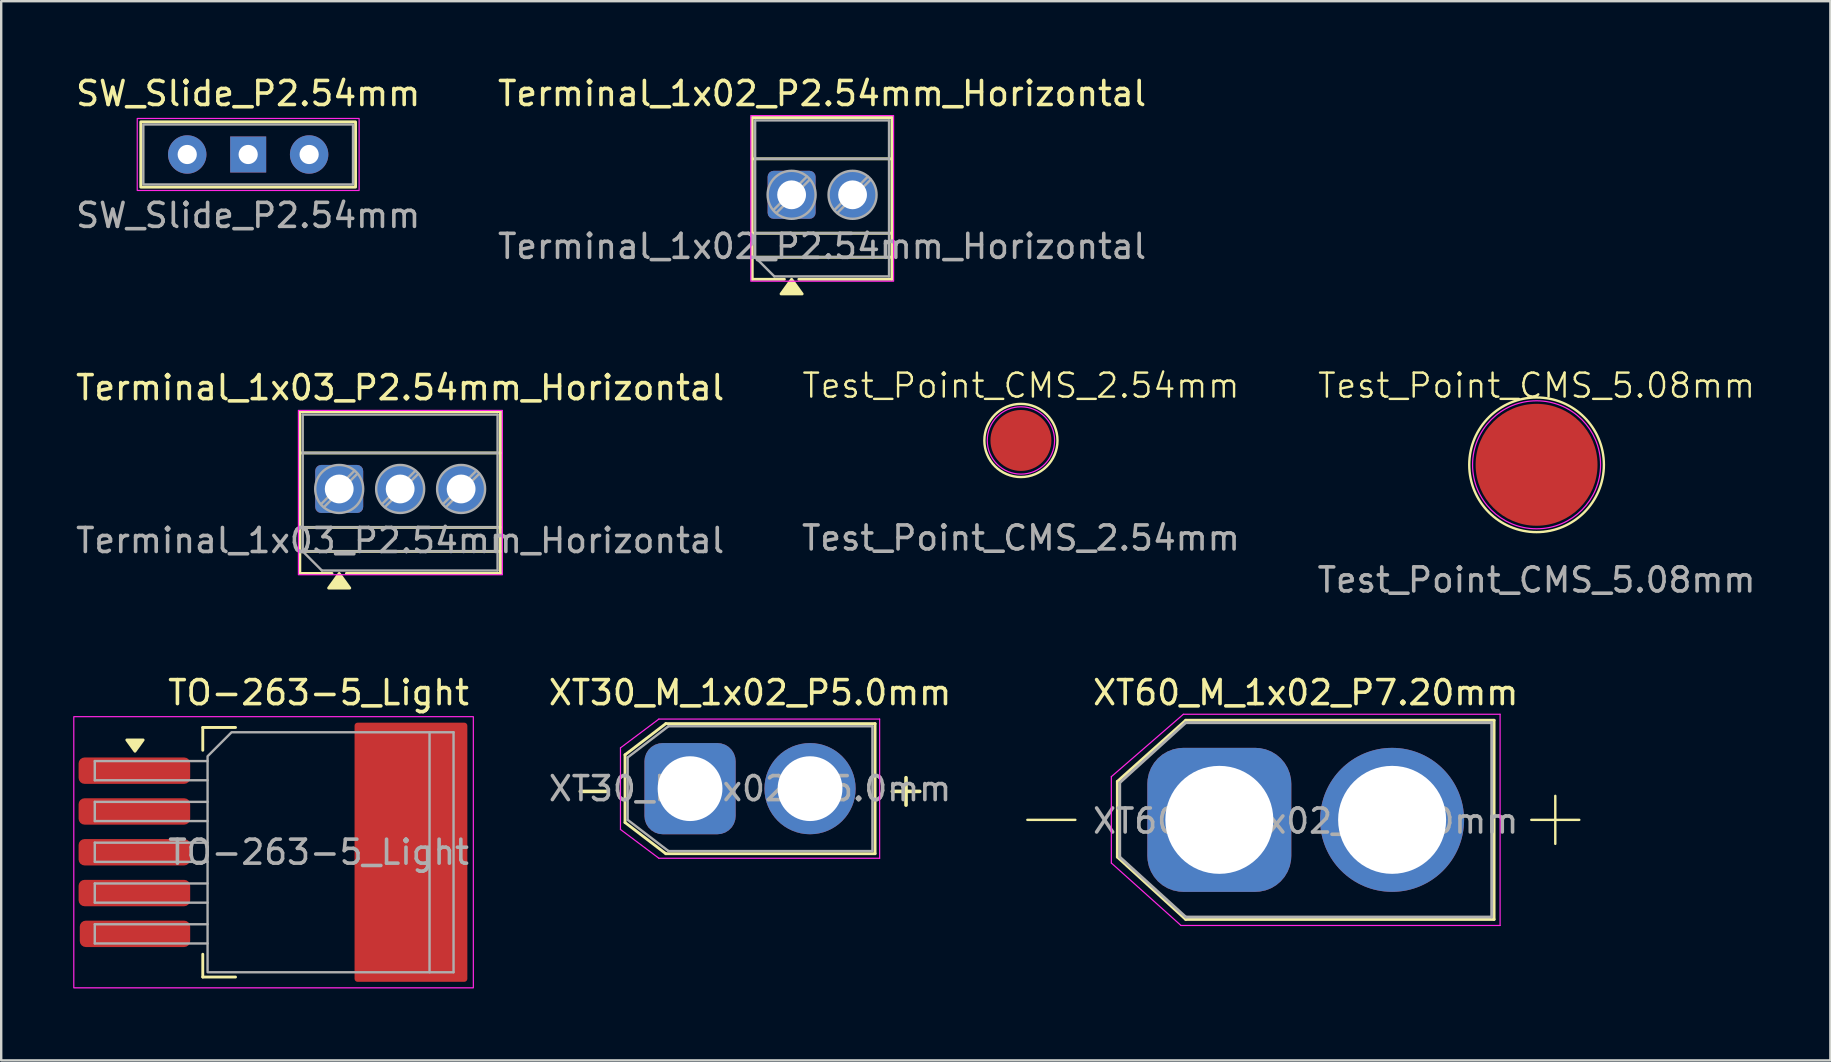
<source format=kicad_pcb>
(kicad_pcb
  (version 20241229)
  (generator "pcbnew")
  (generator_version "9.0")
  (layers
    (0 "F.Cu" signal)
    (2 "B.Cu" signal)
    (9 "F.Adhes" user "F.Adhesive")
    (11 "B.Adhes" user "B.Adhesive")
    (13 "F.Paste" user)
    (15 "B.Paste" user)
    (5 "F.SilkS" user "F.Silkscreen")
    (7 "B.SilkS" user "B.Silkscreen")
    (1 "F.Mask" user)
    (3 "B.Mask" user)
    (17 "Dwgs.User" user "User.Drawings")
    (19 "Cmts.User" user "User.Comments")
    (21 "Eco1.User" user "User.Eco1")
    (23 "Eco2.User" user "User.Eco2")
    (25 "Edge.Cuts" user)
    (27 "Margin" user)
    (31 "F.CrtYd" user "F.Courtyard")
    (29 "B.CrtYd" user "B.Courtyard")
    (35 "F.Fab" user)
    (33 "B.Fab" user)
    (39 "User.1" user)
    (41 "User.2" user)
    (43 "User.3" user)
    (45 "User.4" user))
  (footprint "TO-263-5_Light"
    (layer "F.Cu")
    (at 10.225 32.465)
    (property "Reference" "TO-263-5_Light" (at 0 -6.65 0) (layer "F.SilkS") (effects (font (size 1 1) (thickness 0.15))))
    (attr smd)
    (fp_line (start -4.825 -5.2) (end -4.825 -4.25) (stroke (width 0.12) (type solid)) (layer "F.SilkS"))
    (fp_line (start -4.825 5.2) (end -4.825 4.25) (stroke (width 0.12) (type solid)) (layer "F.SilkS"))
    (fp_line (start -3.46 -5.2) (end -4.825 -5.2) (stroke (width 0.12) (type solid)) (layer "F.SilkS"))
    (fp_line (start -3.46 5.2) (end -4.825 5.2) (stroke (width 0.12) (type solid)) (layer "F.SilkS"))
    (fp_poly (pts (xy -7.65 -4.21) (xy -7.99 -4.68) (xy -7.31 -4.68)) (stroke (width 0.12) (type solid)) (fill yes) (layer "F.SilkS"))
    (fp_rect (start -10.2 -5.65) (end 6.45 5.65) (stroke (width 0.05) (type solid)) (fill no) (layer "F.CrtYd"))
    (fp_line (start -9.325 -3.8) (end -9.325 -3) (stroke (width 0.1) (type solid)) (layer "F.Fab"))
    (fp_line (start -9.325 -3) (end -4.625 -3) (stroke (width 0.1) (type solid)) (layer "F.Fab"))
    (fp_line (start -9.325 -2.1) (end -9.325 -1.3) (stroke (width 0.1) (type solid)) (layer "F.Fab"))
    (fp_line (start -9.325 -1.3) (end -4.625 -1.3) (stroke (width 0.1) (type solid)) (layer "F.Fab"))
    (fp_line (start -9.325 -0.4) (end -9.325 0.4) (stroke (width 0.1) (type solid)) (layer "F.Fab"))
    (fp_line (start -9.325 0.4) (end -4.625 0.4) (stroke (width 0.1) (type solid)) (layer "F.Fab"))
    (fp_line (start -9.325 1.3) (end -9.325 2.1) (stroke (width 0.1) (type solid)) (layer "F.Fab"))
    (fp_line (start -9.325 2.1) (end -4.625 2.1) (stroke (width 0.1) (type solid)) (layer "F.Fab"))
    (fp_line (start -9.325 3) (end -9.325 3.8) (stroke (width 0.1) (type solid)) (layer "F.Fab"))
    (fp_line (start -9.325 3.8) (end -4.625 3.8) (stroke (width 0.1) (type solid)) (layer "F.Fab"))
    (fp_line (start -4.625 -3.8) (end -9.325 -3.8) (stroke (width 0.1) (type solid)) (layer "F.Fab"))
    (fp_line (start -4.625 -2.1) (end -9.325 -2.1) (stroke (width 0.1) (type solid)) (layer "F.Fab"))
    (fp_line (start -4.625 -0.4) (end -9.325 -0.4) (stroke (width 0.1) (type solid)) (layer "F.Fab"))
    (fp_line (start -4.625 1.3) (end -9.325 1.3) (stroke (width 0.1) (type solid)) (layer "F.Fab"))
    (fp_line (start -4.625 3) (end -9.325 3) (stroke (width 0.1) (type solid)) (layer "F.Fab"))
    (fp_line (start 4.625 -5) (end 5.625 -5) (stroke (width 0.1) (type solid)) (layer "F.Fab"))
    (fp_line (start 5.625 -5) (end 5.625 5) (stroke (width 0.1) (type solid)) (layer "F.Fab"))
    (fp_line (start 5.625 5) (end 4.625 5) (stroke (width 0.1) (type solid)) (layer "F.Fab"))
    (fp_poly (pts (xy 4.625 -5) (xy 4.625 5) (xy -4.625 5) (xy -4.625 -4) (xy -3.625 -5)) (stroke (width 0.1) (type solid)) (fill no) (layer "F.Fab"))
    (fp_text user "${REFERENCE}" (at 0 0 0) (layer "F.Fab") (effects (font (size 1 1) (thickness 0.15))))
    (pad "" smd roundrect (at 3.85 -2.775) (size 4.7 5.25) (layers "F.Paste") (roundrect_rratio 0.055))
    (pad "" smd roundrect (at 3.85 2.775) (size 4.7 5.25) (layers "F.Paste") (roundrect_rratio 0.055))
    (pad "1" smd roundrect (at -7.675 -3.4) (size 4.65 1.1) (layers "F.Cu" "F.Mask" "F.Paste") (roundrect_rratio 0.227))
    (pad "2" smd roundrect (at -7.675 -1.7) (size 4.65 1.1) (layers "F.Cu" "F.Mask" "F.Paste") (roundrect_rratio 0.227))
    (pad "3" smd roundrect (at -7.675 0) (size 4.65 1.1) (layers "F.Cu" "F.Mask" "F.Paste") (roundrect_rratio 0.227))
    (pad "3" smd roundrect (at 3.85 0) (size 4.7 10.8) (layers "F.Cu" "F.Mask") (roundrect_rratio 0.027))
    (pad "4" smd roundrect (at -7.675 1.7) (size 4.65 1.1) (layers "F.Cu" "F.Mask" "F.Paste") (roundrect_rratio 0.227))
    (pad "5" smd roundrect (at -7.65 3.4) (size 4.6 1.1) (layers "F.Cu" "F.Mask" "F.Paste") (roundrect_rratio 0.227)))
  (footprint "Terminal_1x02_P2.54mm_Horizontal"
    (layer "F.Cu")
    (at 29.938 5.068)
    (property "Reference" "Terminal_1x02_P2.54mm_Horizontal" (at 1.27 -4.22 0) (layer "F.SilkS") (effects (font (size 1 1) (thickness 0.15))))
    (attr through_hole)
    (fp_line (start -1.64 -3.22) (end -1.64 3.52) (stroke (width 0.12) (type solid)) (layer "F.SilkS"))
    (fp_line (start -1.64 -3.22) (end 4.18 -3.22) (stroke (width 0.12) (type solid)) (layer "F.SilkS"))
    (fp_line (start -1.64 -1.5) (end 4.18 -1.5) (stroke (width 0.12) (type solid)) (layer "F.SilkS"))
    (fp_line (start -1.64 1.6) (end 4.18 1.6) (stroke (width 0.12) (type solid)) (layer "F.SilkS"))
    (fp_line (start -1.64 2.6) (end 4.18 2.6) (stroke (width 0.12) (type solid)) (layer "F.SilkS"))
    (fp_line (start -1.64 3.52) (end -0.3 3.52) (stroke (width 0.12) (type solid)) (layer "F.SilkS"))
    (fp_line (start 0.3 3.52) (end 4.18 3.52) (stroke (width 0.12) (type solid)) (layer "F.SilkS"))
    (fp_line (start 4.18 -3.22) (end 4.18 3.52) (stroke (width 0.12) (type solid)) (layer "F.SilkS"))
    (fp_poly (pts (xy 0 3.52) (xy 0.44 4.13) (xy -0.44 4.13)) (stroke (width 0.12) (type solid)) (fill yes) (layer "F.SilkS"))
    (fp_rect (start -1.7 -3.3) (end 4.25 3.6) (stroke (width 0.05) (type default)) (fill no) (layer "F.CrtYd"))
    (fp_line (start -1.52 -3.1) (end 4.06 -3.1) (stroke (width 0.1) (type solid)) (layer "F.Fab"))
    (fp_line (start -1.52 -1.5) (end 4.06 -1.5) (stroke (width 0.1) (type solid)) (layer "F.Fab"))
    (fp_line (start -1.52 1.6) (end 4.06 1.6) (stroke (width 0.1) (type solid)) (layer "F.Fab"))
    (fp_line (start -1.52 2.6) (end -1.52 -3.1) (stroke (width 0.1) (type solid)) (layer "F.Fab"))
    (fp_line (start -1.52 2.6) (end 4.06 2.6) (stroke (width 0.1) (type solid)) (layer "F.Fab"))
    (fp_line (start -0.72 3.4) (end -1.52 2.6) (stroke (width 0.1) (type solid)) (layer "F.Fab"))
    (fp_line (start 0.636 -0.758) (end -0.758 0.636) (stroke (width 0.1) (type solid)) (layer "F.Fab"))
    (fp_line (start 0.758 -0.636) (end -0.636 0.758) (stroke (width 0.1) (type solid)) (layer "F.Fab"))
    (fp_line (start 3.176 -0.758) (end 1.782 0.636) (stroke (width 0.1) (type solid)) (layer "F.Fab"))
    (fp_line (start 3.298 -0.636) (end 1.904 0.758) (stroke (width 0.1) (type solid)) (layer "F.Fab"))
    (fp_line (start 4.06 -3.1) (end 4.06 3.4) (stroke (width 0.1) (type solid)) (layer "F.Fab"))
    (fp_line (start 4.06 3.4) (end -0.72 3.4) (stroke (width 0.1) (type solid)) (layer "F.Fab"))
    (fp_circle (center 0 0) (end 1 0) (stroke (width 0.1) (type solid)) (fill no) (layer "F.Fab"))
    (fp_circle (center 2.54 0) (end 3.54 0) (stroke (width 0.1) (type solid)) (fill no) (layer "F.Fab"))
    (fp_text user "${REFERENCE}" (at 1.27 2.15 0) (layer "F.Fab") (effects (font (size 1 1) (thickness 0.15))))
    (pad "1" thru_hole roundrect (at 0 0) (size 2 2) (drill 1.2) (layers "*.Cu" "*.Mask") (roundrect_rratio 0.125))
    (pad "2" thru_hole circle (at 2.54 0) (size 2 2) (drill 1.2) (layers "*.Cu" "*.Mask")))
  (footprint "Test_Point_CMS_5.08mm"
    (layer "F.Cu")
    (at 60.982 16.319)
    (property "Reference" "Test_Point_CMS_5.08mm" (at 0 -3.3 0) (unlocked yes) (layer "F.SilkS") (effects (font (size 1 1) (thickness 0.1))))
    (attr through_hole)
    (fp_circle (center 0 0) (end 2.794 -0.254) (stroke (width 0.1) (type default)) (fill no) (layer "F.SilkS"))
    (fp_circle (center 0 0) (end 2.667 0) (stroke (width 0.05) (type default)) (fill no) (layer "F.CrtYd"))
    (fp_text user "${REFERENCE}" (at 0 4.8 0) (unlocked yes) (layer "F.Fab") (effects (font (size 1 1) (thickness 0.15))))
    (pad "1" smd circle (at 0 0) (size 5.08 5.08) (layers "F.Cu" "F.Mask" "F.Paste")))
  (footprint "SW_Slide_P2.54mm"
    (layer "F.Cu")
    (at 7.292 3.388)
    (property "Reference" "SW_Slide_P2.54mm" (at 0 -2.54 0) (layer "F.SilkS") (effects (font (size 1 1) (thickness 0.15))))
    (attr through_hole)
    (fp_rect (start -4.475 -1.36) (end 4.475 1.36) (stroke (width 0.12) (type default)) (fill no) (layer "F.SilkS"))
    (fp_rect (start -4.623 -1.5) (end 4.623 1.5) (stroke (width 0.05) (type default)) (fill no) (layer "F.CrtYd"))
    (fp_rect (start -4.369 -1.25) (end 4.369 1.25) (stroke (width 0.1) (type default)) (fill no) (layer "F.Fab"))
    (fp_text user "${REFERENCE}" (at 0 2.54 0) (layer "F.Fab") (effects (font (size 1 1) (thickness 0.15))))
    (pad "1" thru_hole rect (at 0 0) (size 1.5 1.5) (drill 0.8) (layers "*.Cu" "*.Mask"))
    (pad "2" thru_hole circle (at -2.54 0) (size 1.6 1.6) (drill 0.8) (layers "*.Cu" "*.Mask"))
    (pad "3" thru_hole circle (at 2.54 0) (size 1.6 1.6) (drill 0.8) (layers "*.Cu" "*.Mask")))
  (footprint "XT30_M_1x02_P5.0mm"
    (layer "F.Cu")
    (at 25.706 29.815)
    (property "Reference" "XT30_M_1x02_P5.0mm" (at 2.5 -4 0) (layer "F.SilkS") (effects (font (size 1 1) (thickness 0.15))))
    (attr through_hole)
    (fp_line (start -2.71 -1.41) (end -2.71 1.41) (stroke (width 0.12) (type solid)) (layer "F.SilkS"))
    (fp_line (start -2.71 -1.41) (end -1.01 -2.71) (stroke (width 0.12) (type solid)) (layer "F.SilkS"))
    (fp_line (start -2.71 1.41) (end -1.01 2.71) (stroke (width 0.12) (type solid)) (layer "F.SilkS"))
    (fp_line (start -1.01 -2.71) (end 7.71 -2.71) (stroke (width 0.12) (type solid)) (layer "F.SilkS"))
    (fp_line (start -1.01 2.71) (end 7.71 2.71) (stroke (width 0.12) (type solid)) (layer "F.SilkS"))
    (fp_line (start 7.71 -2.71) (end 7.71 2.71) (stroke (width 0.12) (type solid)) (layer "F.SilkS"))
    (fp_line (start -2.9 -1.7) (end -2.9 1.7) (stroke (width 0.05) (type solid)) (layer "F.CrtYd"))
    (fp_line (start -2.9 -1.7) (end -1.3 -2.9) (stroke (width 0.05) (type solid)) (layer "F.CrtYd"))
    (fp_line (start -2.9 1.7) (end -1.3 2.9) (stroke (width 0.05) (type solid)) (layer "F.CrtYd"))
    (fp_line (start -1.3 -2.9) (end 7.9 -2.9) (stroke (width 0.05) (type solid)) (layer "F.CrtYd"))
    (fp_line (start -1.3 2.9) (end 7.9 2.9) (stroke (width 0.05) (type solid)) (layer "F.CrtYd"))
    (fp_line (start 7.9 -2.9) (end 7.9 2.9) (stroke (width 0.05) (type solid)) (layer "F.CrtYd"))
    (fp_line (start -2.6 -1.3) (end -2.6 1.3) (stroke (width 0.1) (type solid)) (layer "F.Fab"))
    (fp_line (start -2.6 -1.3) (end -0.9 -2.6) (stroke (width 0.1) (type solid)) (layer "F.Fab"))
    (fp_line (start -2.6 1.3) (end -0.9 2.6) (stroke (width 0.1) (type solid)) (layer "F.Fab"))
    (fp_line (start -0.9 -2.6) (end 7.6 -2.6) (stroke (width 0.1) (type solid)) (layer "F.Fab"))
    (fp_line (start -0.9 2.6) (end 7.6 2.6) (stroke (width 0.1) (type solid)) (layer "F.Fab"))
    (fp_line (start 7.6 -2.6) (end 7.6 2.6) (stroke (width 0.1) (type solid)) (layer "F.Fab"))
    (fp_text user "+" (at 9 0 0) (layer "F.SilkS") (effects (font (size 1.5 1.5) (thickness 0.15))))
    (fp_text user "-" (at -4 0 0) (layer "F.SilkS") (effects (font (size 1.5 1.5) (thickness 0.15))))
    (fp_text user "${REFERENCE}" (at 2.5 0 0) (layer "F.Fab") (effects (font (size 1 1) (thickness 0.15))))
    (pad "1" thru_hole roundrect (at 0 0) (size 3.8 3.8) (drill 2.7) (layers "*.Cu" "*.Mask") (roundrect_rratio 0.2))
    (pad "2" thru_hole circle (at 5 0) (size 3.8 3.8) (drill 2.7) (layers "*.Cu" "*.Mask")))
  (footprint "XT60_M_1x02_P7.20mm"
    (layer "F.Cu")
    (at 47.762 31.115)
    (property "Reference" "XT60_M_1x02_P7.20mm" (at 3.6 -5.3 180) (layer "F.SilkS") (effects (font (size 1 1) (thickness 0.15))))
    (attr through_hole)
    (fp_line (start -6 0) (end -8 0) (stroke (width 0.1) (type default)) (layer "F.SilkS"))
    (fp_line (start -4.25 -1.6) (end -4.25 1.55) (stroke (width 0.12) (type solid)) (layer "F.SilkS"))
    (fp_line (start -4.25 1.55) (end -1.4 4.15) (stroke (width 0.12) (type solid)) (layer "F.SilkS"))
    (fp_line (start -1.4 -4.15) (end -4.25 -1.6) (stroke (width 0.12) (type solid)) (layer "F.SilkS"))
    (fp_line (start -1.4 4.15) (end 11.45 4.15) (stroke (width 0.12) (type solid)) (layer "F.SilkS"))
    (fp_line (start 11.45 -4.15) (end -1.4 -4.15) (stroke (width 0.12) (type solid)) (layer "F.SilkS"))
    (fp_line (start 11.45 4.15) (end 11.45 -4.15) (stroke (width 0.12) (type solid)) (layer "F.SilkS"))
    (fp_line (start 13 0) (end 15 0) (stroke (width 0.1) (type default)) (layer "F.SilkS"))
    (fp_line (start 14 -1) (end 14 1) (stroke (width 0.1) (type default)) (layer "F.SilkS"))
    (fp_line (start -4.5 -1.8) (end -1.5 -4.4) (stroke (width 0.05) (type solid)) (layer "F.CrtYd"))
    (fp_line (start -4.5 1.8) (end -4.5 -1.8) (stroke (width 0.05) (type solid)) (layer "F.CrtYd"))
    (fp_line (start -1.6 4.4) (end -4.5 1.8) (stroke (width 0.05) (type solid)) (layer "F.CrtYd"))
    (fp_line (start -1.5 -4.4) (end 11.7 -4.4) (stroke (width 0.05) (type solid)) (layer "F.CrtYd"))
    (fp_line (start 11.7 -4.4) (end 11.7 4.4) (stroke (width 0.05) (type solid)) (layer "F.CrtYd"))
    (fp_line (start 11.7 4.4) (end -1.6 4.4) (stroke (width 0.05) (type solid)) (layer "F.CrtYd"))
    (fp_line (start -4.15 -1.55) (end -4.15 1.55) (stroke (width 0.12) (type solid)) (layer "F.Fab"))
    (fp_line (start -4.15 1.55) (end -1.4 4.05) (stroke (width 0.12) (type solid)) (layer "F.Fab"))
    (fp_line (start -1.4 -4.05) (end -4.15 -1.55) (stroke (width 0.12) (type solid)) (layer "F.Fab"))
    (fp_line (start -1.4 4.05) (end 11.35 4.05) (stroke (width 0.12) (type solid)) (layer "F.Fab"))
    (fp_line (start 11.35 -4.05) (end -1.4 -4.05) (stroke (width 0.12) (type solid)) (layer "F.Fab"))
    (fp_line (start 11.35 4.05) (end 11.35 -4.05) (stroke (width 0.12) (type solid)) (layer "F.Fab"))
    (fp_text user "${REFERENCE}" (at 3.6 0.05 0) (layer "F.Fab") (effects (font (size 1 1) (thickness 0.15))))
    (pad "1" thru_hole roundrect (at 0 0) (size 6 6) (drill 4.5) (layers "*.Cu" "*.Mask") (roundrect_rratio 0.25))
    (pad "2" thru_hole circle (at 7.2 0) (size 6 6) (drill 4.5) (layers "*.Cu" "*.Mask")))
  (footprint "Terminal_1x03_P2.54mm_Horizontal"
    (layer "F.Cu")
    (at 11.085 17.326)
    (property "Reference" "Terminal_1x03_P2.54mm_Horizontal" (at 2.54 -4.22 0) (layer "F.SilkS") (effects (font (size 1 1) (thickness 0.15))))
    (attr through_hole)
    (fp_line (start -1.64 -3.22) (end -1.64 3.52) (stroke (width 0.12) (type solid)) (layer "F.SilkS"))
    (fp_line (start -1.64 -3.22) (end 6.72 -3.22) (stroke (width 0.12) (type solid)) (layer "F.SilkS"))
    (fp_line (start -1.64 -1.5) (end 6.72 -1.5) (stroke (width 0.12) (type solid)) (layer "F.SilkS"))
    (fp_line (start -1.64 1.6) (end 6.72 1.6) (stroke (width 0.12) (type solid)) (layer "F.SilkS"))
    (fp_line (start -1.64 2.6) (end 6.72 2.6) (stroke (width 0.12) (type solid)) (layer "F.SilkS"))
    (fp_line (start -1.64 3.52) (end -0.3 3.52) (stroke (width 0.12) (type solid)) (layer "F.SilkS"))
    (fp_line (start 0.3 3.52) (end 6.72 3.52) (stroke (width 0.12) (type solid)) (layer "F.SilkS"))
    (fp_line (start 6.72 -3.22) (end 6.72 3.52) (stroke (width 0.12) (type solid)) (layer "F.SilkS"))
    (fp_poly (pts (xy 0 3.52) (xy 0.44 4.13) (xy -0.44 4.13)) (stroke (width 0.12) (type solid)) (fill yes) (layer "F.SilkS"))
    (fp_rect (start -1.7 -3.275) (end 6.8 3.575) (stroke (width 0.05) (type default)) (fill no) (layer "F.CrtYd"))
    (fp_line (start -1.52 -3.1) (end 6.6 -3.1) (stroke (width 0.1) (type solid)) (layer "F.Fab"))
    (fp_line (start -1.52 -1.5) (end 6.6 -1.5) (stroke (width 0.1) (type solid)) (layer "F.Fab"))
    (fp_line (start -1.52 1.6) (end 6.6 1.6) (stroke (width 0.1) (type solid)) (layer "F.Fab"))
    (fp_line (start -1.52 2.6) (end -1.52 -3.1) (stroke (width 0.1) (type solid)) (layer "F.Fab"))
    (fp_line (start -1.52 2.6) (end 6.6 2.6) (stroke (width 0.1) (type solid)) (layer "F.Fab"))
    (fp_line (start -0.72 3.4) (end -1.52 2.6) (stroke (width 0.1) (type solid)) (layer "F.Fab"))
    (fp_line (start 0.636 -0.758) (end -0.758 0.636) (stroke (width 0.1) (type solid)) (layer "F.Fab"))
    (fp_line (start 0.758 -0.636) (end -0.636 0.758) (stroke (width 0.1) (type solid)) (layer "F.Fab"))
    (fp_line (start 3.176 -0.758) (end 1.782 0.636) (stroke (width 0.1) (type solid)) (layer "F.Fab"))
    (fp_line (start 3.298 -0.636) (end 1.904 0.758) (stroke (width 0.1) (type solid)) (layer "F.Fab"))
    (fp_line (start 5.716 -0.758) (end 4.322 0.636) (stroke (width 0.1) (type solid)) (layer "F.Fab"))
    (fp_line (start 5.838 -0.636) (end 4.444 0.758) (stroke (width 0.1) (type solid)) (layer "F.Fab"))
    (fp_line (start 6.6 -3.1) (end 6.6 3.4) (stroke (width 0.1) (type solid)) (layer "F.Fab"))
    (fp_line (start 6.6 3.4) (end -0.72 3.4) (stroke (width 0.1) (type solid)) (layer "F.Fab"))
    (fp_circle (center 0 0) (end 1 0) (stroke (width 0.1) (type solid)) (fill no) (layer "F.Fab"))
    (fp_circle (center 2.54 0) (end 3.54 0) (stroke (width 0.1) (type solid)) (fill no) (layer "F.Fab"))
    (fp_circle (center 5.08 0) (end 6.08 0) (stroke (width 0.1) (type solid)) (fill no) (layer "F.Fab"))
    (fp_text user "${REFERENCE}" (at 2.54 2.15 0) (layer "F.Fab") (effects (font (size 1 1) (thickness 0.15))))
    (pad "1" thru_hole roundrect (at 0 0) (size 2 2) (drill 1.2) (layers "*.Cu" "*.Mask") (roundrect_rratio 0.125))
    (pad "2" thru_hole circle (at 2.54 0) (size 2 2) (drill 1.2) (layers "*.Cu" "*.Mask"))
    (pad "3" thru_hole circle (at 5.08 0) (size 2 2) (drill 1.2) (layers "*.Cu" "*.Mask")))
  (footprint "Test_Point_CMS_2.54mm"
    (layer "F.Cu")
    (at 39.494 15.305)
    (property "Reference" "Test_Point_CMS_2.54mm" (at 0 -2.286 0) (unlocked yes) (layer "F.SilkS") (effects (font (size 1 1) (thickness 0.1))))
    (attr through_hole)
    (fp_circle (center 0 0) (end 1.524 0) (stroke (width 0.1) (type default)) (fill no) (layer "F.SilkS"))
    (fp_circle (center 0 0) (end 1.397 0.127) (stroke (width 0.05) (type default)) (fill no) (layer "F.CrtYd"))
    (fp_text user "${REFERENCE}" (at 0 4.064 0) (unlocked yes) (layer "F.Fab") (effects (font (size 1 1) (thickness 0.15))))
    (pad "1" smd circle (at 0 0) (size 2.54 2.54) (layers "F.Cu" "F.Mask" "F.Paste")))
  (gr_rect
    (start -3 -3)
    (end 73.226 41.14)
    (stroke (width 0.1) (type default))
    (fill no)
    (layer "Edge.Cuts")))
</source>
